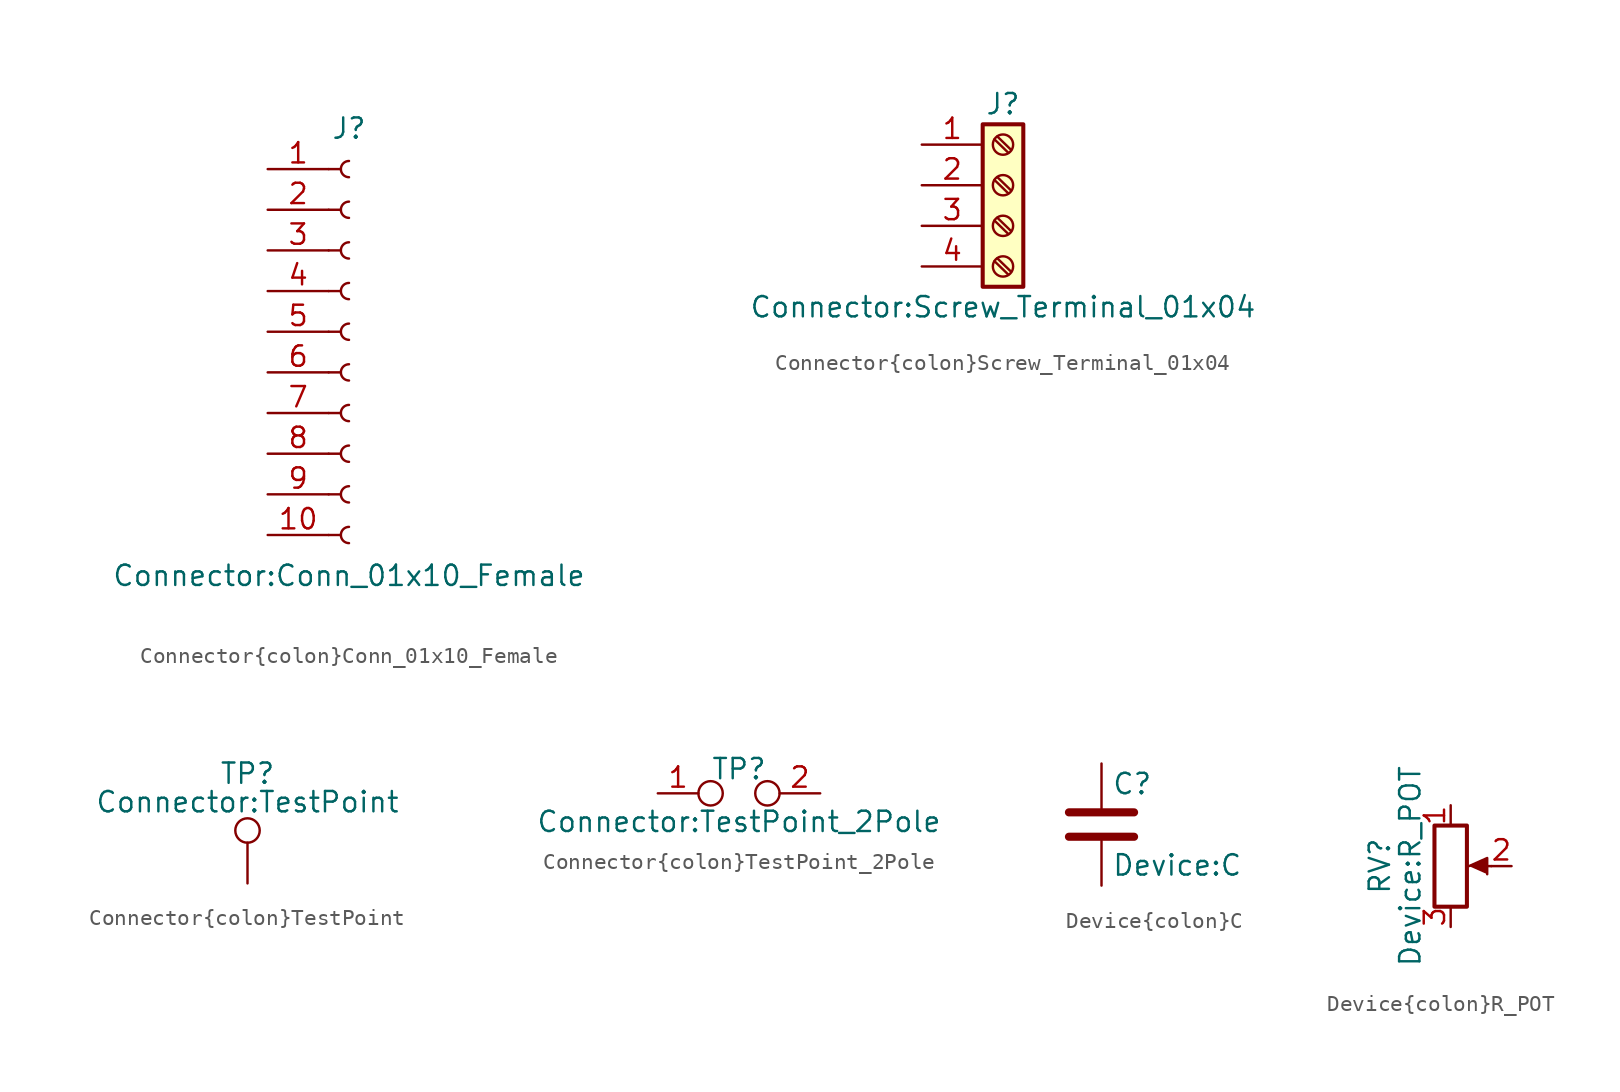
<source format=kicad_sym>
(kicad_symbol_lib
  (version 20211014)
  (generator kicad_symbol_editor)
  (symbol "Connector{colon}Conn_01x10_Female"
    (pin_names
      (offset 1.016) hide)
    (property "Reference" "J"
      (at 0 12.7 0)
      (effects (font (size 1.27 1.27))))
    (property "Value" "Connector{colon}Conn_01x10_Female"
      (at 0 -15.24 0)
      (effects (font (size 1.27 1.27))))
    (symbol "Connector{colon}Conn_01x10_Female_1_1"
      (arc (start 0 -12.192) (mid -0.508 -12.7) (end 0 -13.208) (stroke (width 0.1524) (type default) (color 0 0 0 0)) (fill (type none)))
      (arc (start 0 -9.652) (mid -0.508 -10.16) (end 0 -10.668) (stroke (width 0.1524) (type default) (color 0 0 0 0)) (fill (type none)))
      (arc (start 0 -7.112) (mid -0.508 -7.62) (end 0 -8.128) (stroke (width 0.1524) (type default) (color 0 0 0 0)) (fill (type none)))
      (arc (start 0 -4.572) (mid -0.508 -5.08) (end 0 -5.588) (stroke (width 0.1524) (type default) (color 0 0 0 0)) (fill (type none)))
      (arc (start 0 -2.032) (mid -0.508 -2.54) (end 0 -3.048) (stroke (width 0.1524) (type default) (color 0 0 0 0)) (fill (type none)))
      (polyline (pts (xy -1.27 -12.7) (xy -0.508 -12.7)) (stroke (width 0.152) (type default) (color 0 0 0 0)) (fill (type none)))
      (polyline (pts (xy -1.27 -10.16) (xy -0.508 -10.16)) (stroke (width 0.152) (type default) (color 0 0 0 0)) (fill (type none)))
      (polyline (pts (xy -1.27 -7.62) (xy -0.508 -7.62)) (stroke (width 0.152) (type default) (color 0 0 0 0)) (fill (type none)))
      (polyline (pts (xy -1.27 -5.08) (xy -0.508 -5.08)) (stroke (width 0.152) (type default) (color 0 0 0 0)) (fill (type none)))
      (polyline (pts (xy -1.27 -2.54) (xy -0.508 -2.54)) (stroke (width 0.152) (type default) (color 0 0 0 0)) (fill (type none)))
      (polyline (pts (xy -1.27 0) (xy -0.508 0)) (stroke (width 0.152) (type default) (color 0 0 0 0)) (fill (type none)))
      (polyline (pts (xy -1.27 2.54) (xy -0.508 2.54)) (stroke (width 0.152) (type default) (color 0 0 0 0)) (fill (type none)))
      (polyline (pts (xy -1.27 5.08) (xy -0.508 5.08)) (stroke (width 0.152) (type default) (color 0 0 0 0)) (fill (type none)))
      (polyline (pts (xy -1.27 7.62) (xy -0.508 7.62)) (stroke (width 0.152) (type default) (color 0 0 0 0)) (fill (type none)))
      (polyline (pts (xy -1.27 10.16) (xy -0.508 10.16)) (stroke (width 0.152) (type default) (color 0 0 0 0)) (fill (type none)))
      (arc (start 0 0.508) (mid -0.508 0) (end 0 -0.508) (stroke (width 0.1524) (type default) (color 0 0 0 0)) (fill (type none)))
      (arc (start 0 3.048) (mid -0.508 2.54) (end 0 2.032) (stroke (width 0.1524) (type default) (color 0 0 0 0)) (fill (type none)))
      (arc (start 0 5.588) (mid -0.508 5.08) (end 0 4.572) (stroke (width 0.1524) (type default) (color 0 0 0 0)) (fill (type none)))
      (arc (start 0 8.128) (mid -0.508 7.62) (end 0 7.112) (stroke (width 0.1524) (type default) (color 0 0 0 0)) (fill (type none)))
      (arc (start 0 10.668) (mid -0.508 10.16) (end 0 9.652) (stroke (width 0.1524) (type default) (color 0 0 0 0)) (fill (type none)))
      (pin passive line (at -5.08 10.16 0) (length 3.81) (name "Pin_1" (effects (font (size 1.27 1.27)))) (number "1" (effects (font (size 1.27 1.27)))))
      (pin passive line (at -5.08 -12.7 0) (length 3.81) (name "Pin_10" (effects (font (size 1.27 1.27)))) (number "10" (effects (font (size 1.27 1.27)))))
      (pin passive line (at -5.08 7.62 0) (length 3.81) (name "Pin_2" (effects (font (size 1.27 1.27)))) (number "2" (effects (font (size 1.27 1.27)))))
      (pin passive line (at -5.08 5.08 0) (length 3.81) (name "Pin_3" (effects (font (size 1.27 1.27)))) (number "3" (effects (font (size 1.27 1.27)))))
      (pin passive line (at -5.08 2.54 0) (length 3.81) (name "Pin_4" (effects (font (size 1.27 1.27)))) (number "4" (effects (font (size 1.27 1.27)))))
      (pin passive line (at -5.08 0 0) (length 3.81) (name "Pin_5" (effects (font (size 1.27 1.27)))) (number "5" (effects (font (size 1.27 1.27)))))
      (pin passive line (at -5.08 -2.54 0) (length 3.81) (name "Pin_6" (effects (font (size 1.27 1.27)))) (number "6" (effects (font (size 1.27 1.27)))))
      (pin passive line (at -5.08 -5.08 0) (length 3.81) (name "Pin_7" (effects (font (size 1.27 1.27)))) (number "7" (effects (font (size 1.27 1.27)))))
      (pin passive line (at -5.08 -7.62 0) (length 3.81) (name "Pin_8" (effects (font (size 1.27 1.27)))) (number "8" (effects (font (size 1.27 1.27)))))
      (pin passive line (at -5.08 -10.16 0) (length 3.81) (name "Pin_9" (effects (font (size 1.27 1.27)))) (number "9" (effects (font (size 1.27 1.27)))))))
  (symbol "Connector{colon}Screw_Terminal_01x04"
    (pin_names
      (offset 1.016) hide)
    (property "Reference" "J"
      (at 0 5.08 0)
      (effects (font (size 1.27 1.27))))
    (property "Value" "Connector{colon}Screw_Terminal_01x04"
      (at 0 -7.62 0)
      (effects (font (size 1.27 1.27))))
    (symbol "Connector{colon}Screw_Terminal_01x04_1_1"
      (rectangle (start -1.27 3.81) (end 1.27 -6.35) (stroke (width 0.254) (type default) (color 0 0 0 0)) (fill (type background)))
      (circle (center 0 -5.08) (radius 0.635) (stroke (width 0.152) (type default) (color 0 0 0 0)) (fill (type none)))
      (circle (center 0 -2.54) (radius 0.635) (stroke (width 0.152) (type default) (color 0 0 0 0)) (fill (type none)))
      (polyline (pts (xy -0.533 -4.75) (xy 0.33 -5.588)) (stroke (width 0.152) (type default) (color 0 0 0 0)) (fill (type none)))
      (polyline (pts (xy -0.533 -2.21) (xy 0.33 -3.048)) (stroke (width 0.152) (type default) (color 0 0 0 0)) (fill (type none)))
      (polyline (pts (xy -0.533 0.33) (xy 0.33 -0.508)) (stroke (width 0.152) (type default) (color 0 0 0 0)) (fill (type none)))
      (polyline (pts (xy -0.533 2.87) (xy 0.33 2.032)) (stroke (width 0.152) (type default) (color 0 0 0 0)) (fill (type none)))
      (polyline (pts (xy -0.356 -4.572) (xy 0.508 -5.41)) (stroke (width 0.152) (type default) (color 0 0 0 0)) (fill (type none)))
      (polyline (pts (xy -0.356 -2.032) (xy 0.508 -2.87)) (stroke (width 0.152) (type default) (color 0 0 0 0)) (fill (type none)))
      (polyline (pts (xy -0.356 0.508) (xy 0.508 -0.33)) (stroke (width 0.152) (type default) (color 0 0 0 0)) (fill (type none)))
      (polyline (pts (xy -0.356 3.048) (xy 0.508 2.21)) (stroke (width 0.152) (type default) (color 0 0 0 0)) (fill (type none)))
      (circle (center 0 0) (radius 0.635) (stroke (width 0.152) (type default) (color 0 0 0 0)) (fill (type none)))
      (circle (center 0 2.54) (radius 0.635) (stroke (width 0.152) (type default) (color 0 0 0 0)) (fill (type none)))
      (pin passive line (at -5.08 2.54 0) (length 3.81) (name "Pin_1" (effects (font (size 1.27 1.27)))) (number "1" (effects (font (size 1.27 1.27)))))
      (pin passive line (at -5.08 0 0) (length 3.81) (name "Pin_2" (effects (font (size 1.27 1.27)))) (number "2" (effects (font (size 1.27 1.27)))))
      (pin passive line (at -5.08 -2.54 0) (length 3.81) (name "Pin_3" (effects (font (size 1.27 1.27)))) (number "3" (effects (font (size 1.27 1.27)))))
      (pin passive line (at -5.08 -5.08 0) (length 3.81) (name "Pin_4" (effects (font (size 1.27 1.27)))) (number "4" (effects (font (size 1.27 1.27)))))))
  (symbol "Connector{colon}TestPoint"
    (pin_numbers hide)
    (pin_names
      (offset 0.762) hide)
    (property "Reference" "TP"
      (at 0 6.858 0)
      (effects (font (size 1.27 1.27))))
    (property "Value" "Connector{colon}TestPoint"
      (at 0 5.08 0)
      (effects (font (size 1.27 1.27))))
    (symbol "Connector{colon}TestPoint_0_1"
      (circle (center 0 3.302) (radius 0.762) (stroke (width 0) (type default) (color 0 0 0 0)) (fill (type none))))
    (symbol "Connector{colon}TestPoint_1_1"
      (pin passive line (at 0 0 90) (length 2.54) (name "1" (effects (font (size 1.27 1.27)))) (number "1" (effects (font (size 1.27 1.27)))))))
  (symbol "Connector{colon}TestPoint_2Pole"
    (pin_names
      (offset 0.762) hide)
    (property "Reference" "TP"
      (at 0 1.524 0)
      (effects (font (size 1.27 1.27))))
    (property "Value" "Connector{colon}TestPoint_2Pole"
      (at 0 -1.778 0)
      (effects (font (size 1.27 1.27))))
    (symbol "Connector{colon}TestPoint_2Pole_0_1"
      (circle (center -1.778 0) (radius 0.762) (stroke (width 0) (type default) (color 0 0 0 0)) (fill (type none)))
      (circle (center 1.778 0) (radius 0.762) (stroke (width 0) (type default) (color 0 0 0 0)) (fill (type none)))
      (pin passive line (at -5.08 0 0) (length 2.54) (name "1" (effects (font (size 1.27 1.27)))) (number "1" (effects (font (size 1.27 1.27)))))
      (pin passive line (at 5.08 0 180) (length 2.54) (name "2" (effects (font (size 1.27 1.27)))) (number "2" (effects (font (size 1.27 1.27)))))))
  (symbol "Device{colon}C"
    (pin_numbers hide)
    (pin_names
      (offset 0.254))
    (property "Reference" "C"
      (at 0.635 2.54 0)
      (effects (font (size 1.27 1.27)) (justify left)))
    (property "Value" "Device{colon}C"
      (at 0.635 -2.54 0)
      (effects (font (size 1.27 1.27)) (justify left)))
    (symbol "Device{colon}C_0_1"
      (polyline (pts (xy -2.032 -0.762) (xy 2.032 -0.762)) (stroke (width 0.508) (type default) (color 0 0 0 0)) (fill (type none)))
      (polyline (pts (xy -2.032 0.762) (xy 2.032 0.762)) (stroke (width 0.508) (type default) (color 0 0 0 0)) (fill (type none))))
    (symbol "Device{colon}C_1_1"
      (pin passive line (at 0 3.81 270) (length 2.794) (name "~" (effects (font (size 1.27 1.27)))) (number "1" (effects (font (size 1.27 1.27)))))
      (pin passive line (at 0 -3.81 90) (length 2.794) (name "~" (effects (font (size 1.27 1.27)))) (number "2" (effects (font (size 1.27 1.27)))))))
  (symbol "Device{colon}R_POT"
    (pin_names
      (offset 1.016) hide)
    (property "Reference" "RV"
      (at -4.445 0 90)
      (effects (font (size 1.27 1.27))))
    (property "Value" "Device{colon}R_POT"
      (at -2.54 0 90)
      (effects (font (size 1.27 1.27))))
    (symbol "Device{colon}R_POT_0_1"
      (polyline (pts (xy 2.54 0) (xy 1.524 0)) (stroke (width 0) (type default) (color 0 0 0 0)) (fill (type none)))
      (polyline (pts (xy 1.143 0) (xy 2.286 0.508) (xy 2.286 -0.508)) (stroke (width 0) (type default) (color 0 0 0 0)) (fill (type outline)))
      (rectangle (start 1.016 2.54) (end -1.016 -2.54) (stroke (width 0.254) (type default) (color 0 0 0 0)) (fill (type none))))
    (symbol "Device{colon}R_POT_1_1"
      (pin passive line (at 0 3.81 270) (length 1.27) (name "1" (effects (font (size 1.27 1.27)))) (number "1" (effects (font (size 1.27 1.27)))))
      (pin passive line (at 3.81 0 180) (length 1.27) (name "2" (effects (font (size 1.27 1.27)))) (number "2" (effects (font (size 1.27 1.27)))))
      (pin passive line (at 0 -3.81 90) (length 1.27) (name "3" (effects (font (size 1.27 1.27)))) (number "3" (effects (font (size 1.27 1.27))))))))
</source>
